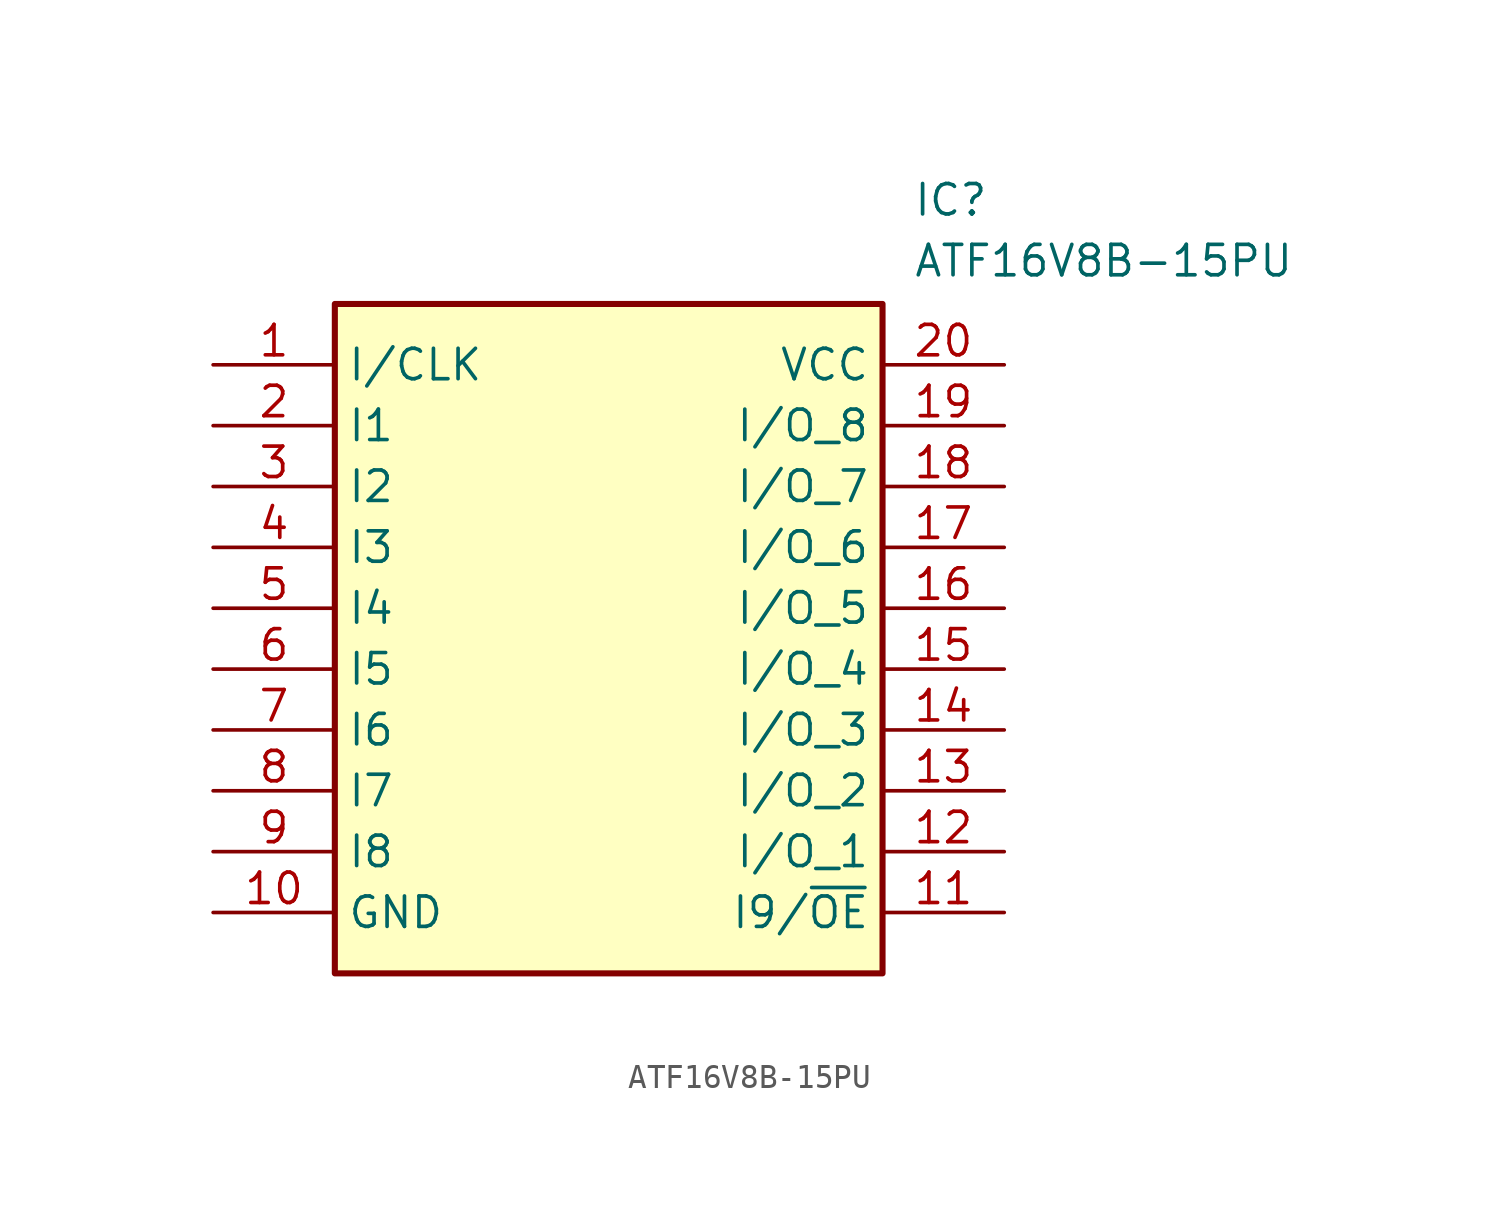
<source format=kicad_sym>
(kicad_symbol_lib
  (version 20211014)
  (generator SamacSys_ECAD_Model)
  (symbol "ATF16V8B-15PU"
    (property "Reference" "IC"
      (at 29.21 7.62 0)
      (effects (font (size 1.27 1.27)) (justify left top)))
    (property "Value" "ATF16V8B-15PU"
      (at 29.21 5.08 0)
      (effects (font (size 1.27 1.27)) (justify left top)))
    (rectangle
      (start 5.08 2.54)
      (end 27.94 -25.4)
      (stroke (width 0.254) (type default))
      (fill (type background)))
    (pin passive line
      (at 0 0 0)
      (length 5.08)
      (name "I/CLK" (effects (font (size 1.27 1.27))))
      (number "1" (effects (font (size 1.27 1.27)))))
    (pin passive line
      (at 0 -2.54 0)
      (length 5.08)
      (name "I1" (effects (font (size 1.27 1.27))))
      (number "2" (effects (font (size 1.27 1.27)))))
    (pin passive line
      (at 0 -5.08 0)
      (length 5.08)
      (name "I2" (effects (font (size 1.27 1.27))))
      (number "3" (effects (font (size 1.27 1.27)))))
    (pin passive line
      (at 0 -7.62 0)
      (length 5.08)
      (name "I3" (effects (font (size 1.27 1.27))))
      (number "4" (effects (font (size 1.27 1.27)))))
    (pin passive line
      (at 0 -10.16 0)
      (length 5.08)
      (name "I4" (effects (font (size 1.27 1.27))))
      (number "5" (effects (font (size 1.27 1.27)))))
    (pin passive line
      (at 0 -12.7 0)
      (length 5.08)
      (name "I5" (effects (font (size 1.27 1.27))))
      (number "6" (effects (font (size 1.27 1.27)))))
    (pin passive line
      (at 0 -15.24 0)
      (length 5.08)
      (name "I6" (effects (font (size 1.27 1.27))))
      (number "7" (effects (font (size 1.27 1.27)))))
    (pin passive line
      (at 0 -17.78 0)
      (length 5.08)
      (name "I7" (effects (font (size 1.27 1.27))))
      (number "8" (effects (font (size 1.27 1.27)))))
    (pin passive line
      (at 0 -20.32 0)
      (length 5.08)
      (name "I8" (effects (font (size 1.27 1.27))))
      (number "9" (effects (font (size 1.27 1.27)))))
    (pin passive line
      (at 0 -22.86 0)
      (length 5.08)
      (name "GND" (effects (font (size 1.27 1.27))))
      (number "10" (effects (font (size 1.27 1.27)))))
    (pin passive line
      (at 33.02 0 180)
      (length 5.08)
      (name "VCC" (effects (font (size 1.27 1.27))))
      (number "20" (effects (font (size 1.27 1.27)))))
    (pin passive line
      (at 33.02 -2.54 180)
      (length 5.08)
      (name "I/O_8" (effects (font (size 1.27 1.27))))
      (number "19" (effects (font (size 1.27 1.27)))))
    (pin passive line
      (at 33.02 -5.08 180)
      (length 5.08)
      (name "I/O_7" (effects (font (size 1.27 1.27))))
      (number "18" (effects (font (size 1.27 1.27)))))
    (pin passive line
      (at 33.02 -7.62 180)
      (length 5.08)
      (name "I/O_6" (effects (font (size 1.27 1.27))))
      (number "17" (effects (font (size 1.27 1.27)))))
    (pin passive line
      (at 33.02 -10.16 180)
      (length 5.08)
      (name "I/O_5" (effects (font (size 1.27 1.27))))
      (number "16" (effects (font (size 1.27 1.27)))))
    (pin passive line
      (at 33.02 -12.7 180)
      (length 5.08)
      (name "I/O_4" (effects (font (size 1.27 1.27))))
      (number "15" (effects (font (size 1.27 1.27)))))
    (pin passive line
      (at 33.02 -15.24 180)
      (length 5.08)
      (name "I/O_3" (effects (font (size 1.27 1.27))))
      (number "14" (effects (font (size 1.27 1.27)))))
    (pin passive line
      (at 33.02 -17.78 180)
      (length 5.08)
      (name "I/O_2" (effects (font (size 1.27 1.27))))
      (number "13" (effects (font (size 1.27 1.27)))))
    (pin passive line
      (at 33.02 -20.32 180)
      (length 5.08)
      (name "I/O_1" (effects (font (size 1.27 1.27))))
      (number "12" (effects (font (size 1.27 1.27)))))
    (pin passive line
      (at 33.02 -22.86 180)
      (length 5.08)
      (name "I9/~{OE}" (effects (font (size 1.27 1.27))))
      (number "11" (effects (font (size 1.27 1.27)))))))
</source>
